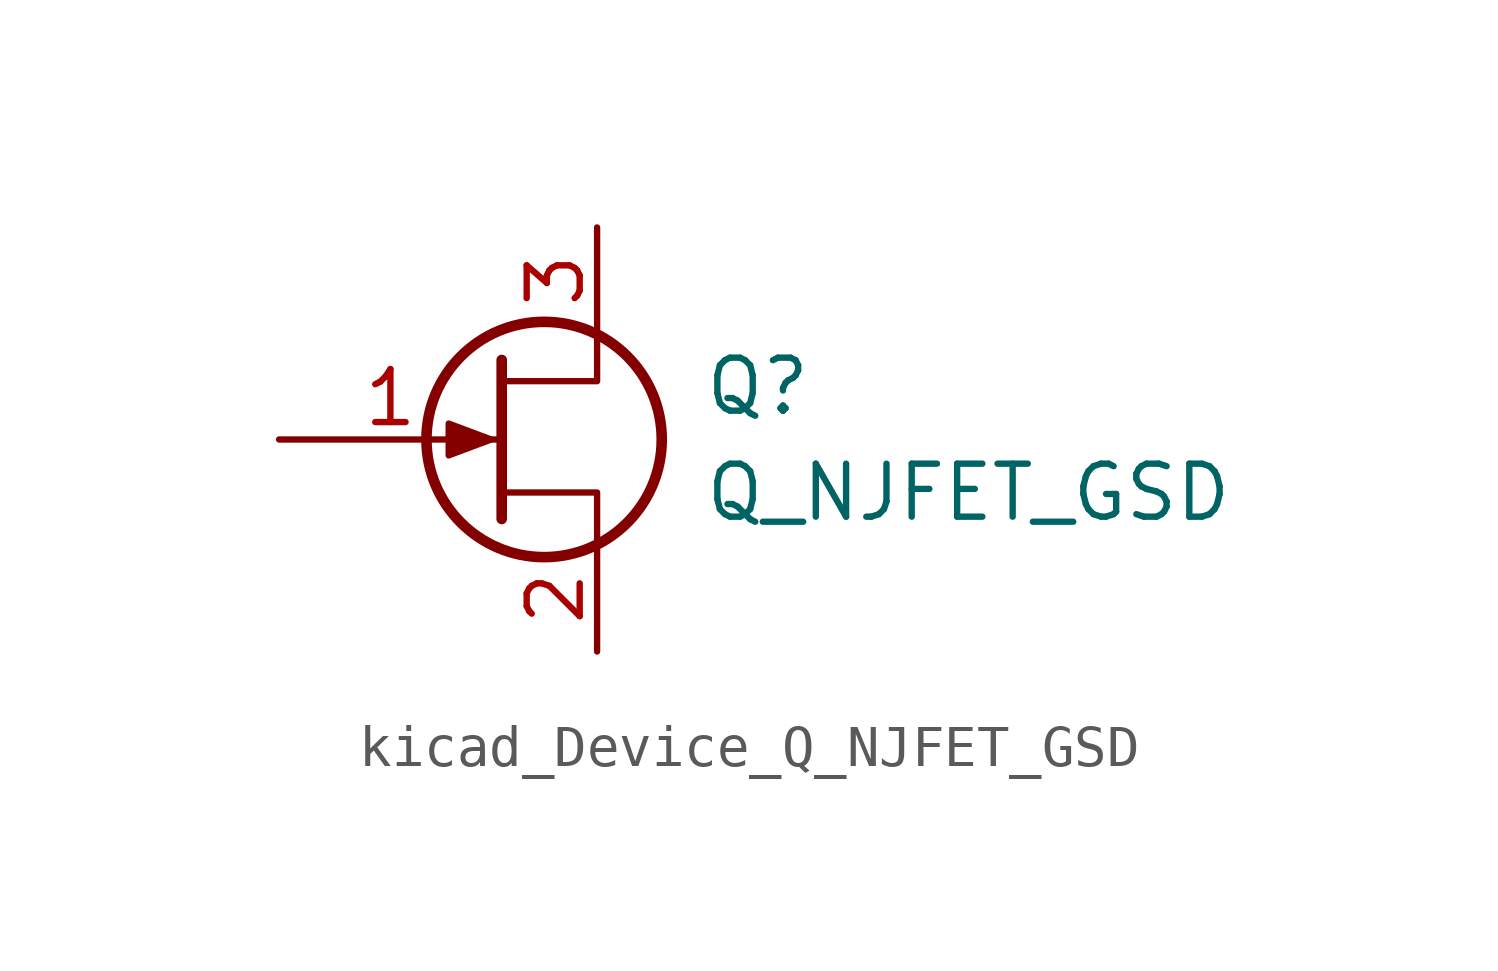
<source format=kicad_sym>
(kicad_symbol_lib
  (version 20220914)
  (generator kicad_symbol_editor)
  (symbol "kicad_Device_Q_NJFET_GSD"
    (pin_names
      (offset 0) hide)
    (property "Reference" "Q"
      (at 5.08 1.27 0)
      (effects (font (size 1.27 1.27)) (justify left)))
    (property "Value" "Q_NJFET_GSD"
      (at 5.08 -1.27 0)
      (effects (font (size 1.27 1.27)) (justify left)))
    (symbol "kicad_Device_Q_NJFET_GSD_0_1"
      (polyline (pts (xy 0.254 1.905) (xy 0.254 -1.905) (xy 0.254 -1.905)) (stroke (width 0.254) (type default)) (fill (type none)))
      (polyline (pts (xy 2.54 -2.54) (xy 2.54 -1.27) (xy 0.254 -1.27)) (stroke (width 0) (type default)) (fill (type none)))
      (polyline (pts (xy 2.54 2.54) (xy 2.54 1.397) (xy 0.254 1.397)) (stroke (width 0) (type default)) (fill (type none)))
      (polyline (pts (xy 0 0) (xy -1.016 0.381) (xy -1.016 -0.381) (xy 0 0)) (stroke (width 0) (type default)) (fill (type outline)))
      (circle (center 1.27 0) (radius 2.819) (stroke (width 0.254) (type default)) (fill (type none))))
    (symbol "kicad_Device_Q_NJFET_GSD_1_1"
      (pin input line (at -5.08 0 0) (length 5.334) (name "G" (effects (font (size 1.27 1.27)))) (number "1" (effects (font (size 1.27 1.27)))))
      (pin passive line (at 2.54 -5.08 90) (length 2.54) (name "S" (effects (font (size 1.27 1.27)))) (number "2" (effects (font (size 1.27 1.27)))))
      (pin passive line (at 2.54 5.08 270) (length 2.54) (name "D" (effects (font (size 1.27 1.27)))) (number "3" (effects (font (size 1.27 1.27))))))))
</source>
